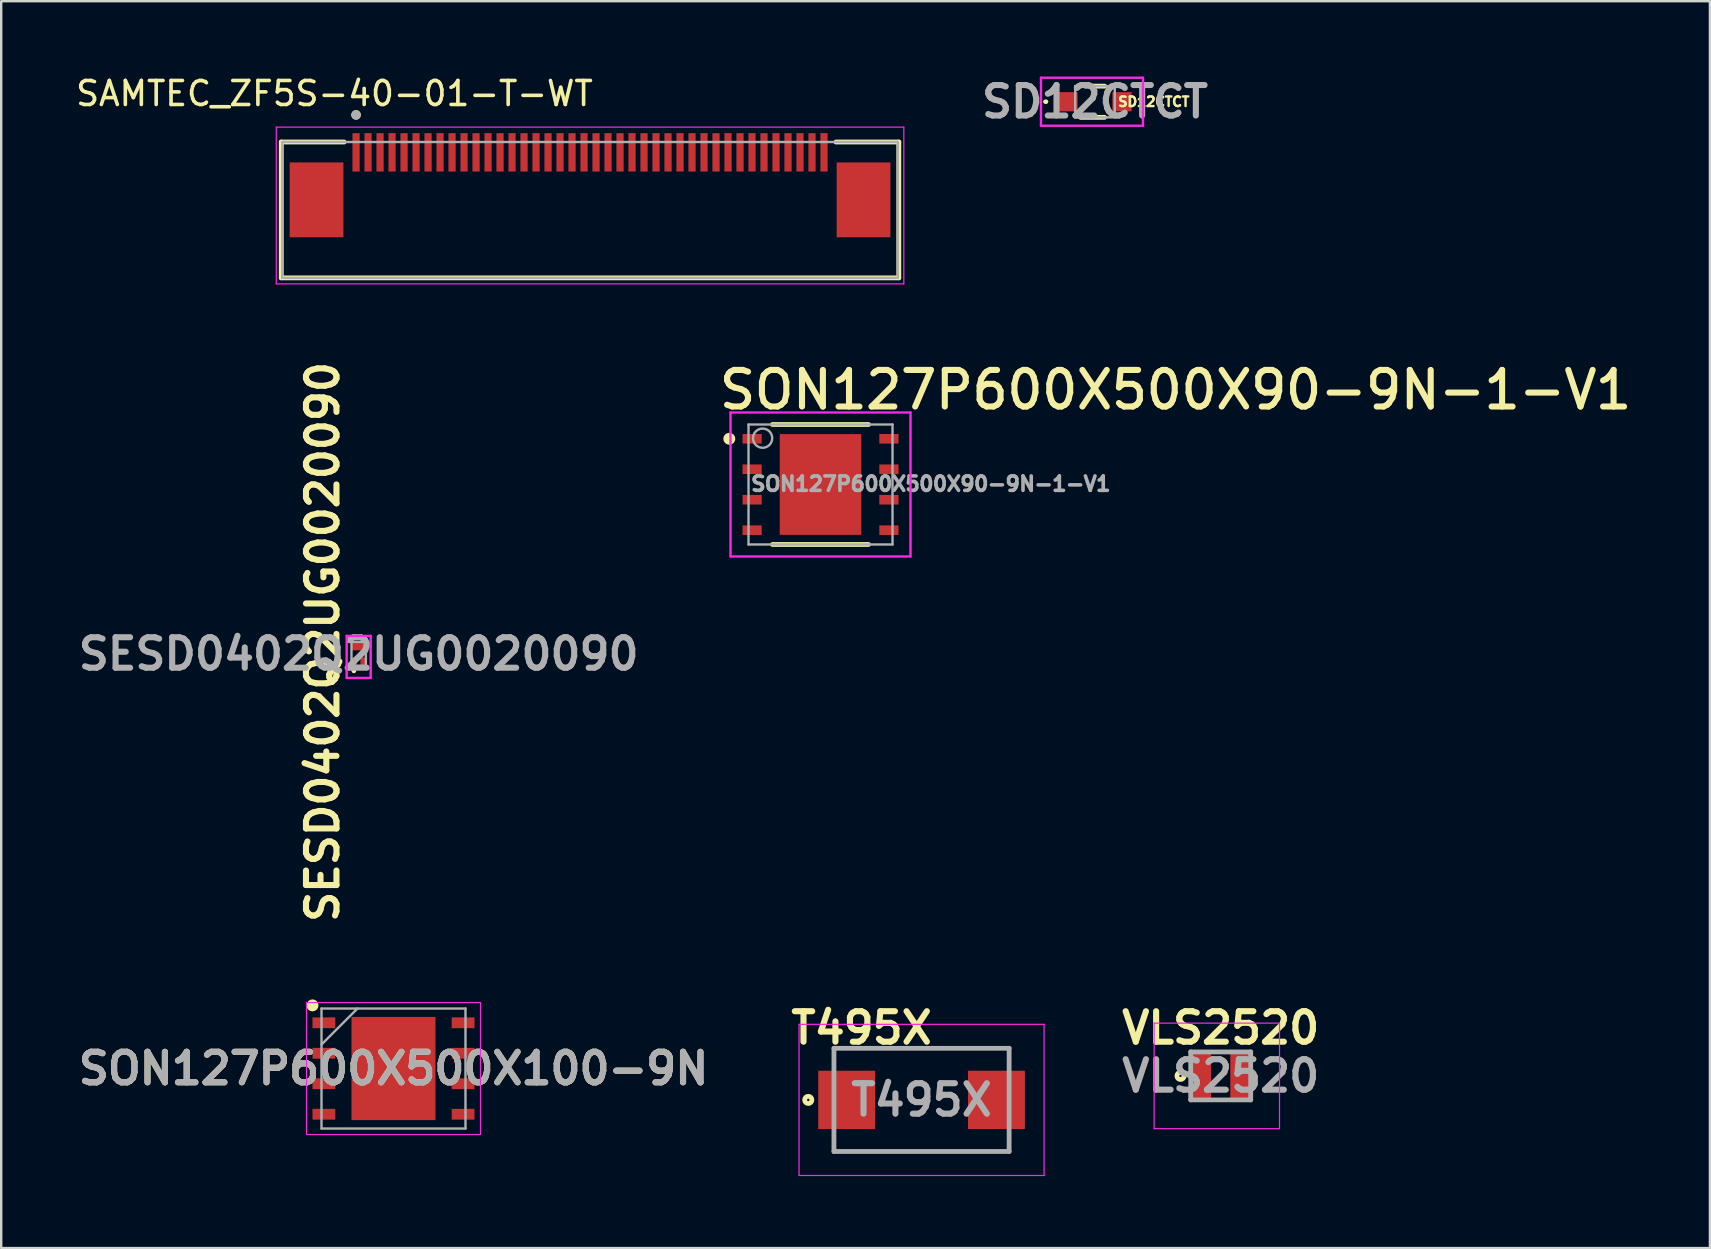
<source format=kicad_pcb>
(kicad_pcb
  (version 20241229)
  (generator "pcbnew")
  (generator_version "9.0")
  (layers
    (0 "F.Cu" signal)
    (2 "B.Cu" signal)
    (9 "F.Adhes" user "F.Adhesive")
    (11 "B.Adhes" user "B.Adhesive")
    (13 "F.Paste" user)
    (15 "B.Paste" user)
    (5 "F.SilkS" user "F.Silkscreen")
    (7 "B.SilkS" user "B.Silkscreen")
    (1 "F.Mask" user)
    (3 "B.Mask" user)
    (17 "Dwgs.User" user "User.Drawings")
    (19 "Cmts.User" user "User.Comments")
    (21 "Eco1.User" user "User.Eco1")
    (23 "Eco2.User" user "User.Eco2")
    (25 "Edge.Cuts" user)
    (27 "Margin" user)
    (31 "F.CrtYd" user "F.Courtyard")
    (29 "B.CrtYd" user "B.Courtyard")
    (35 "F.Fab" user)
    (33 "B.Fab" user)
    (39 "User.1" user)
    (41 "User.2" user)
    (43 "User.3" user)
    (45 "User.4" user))
  (footprint "SD12CTCT"
    (layer "F.Cu")
    (at 42.578 1.189)
    (property "Reference" "SD12CTCT" (at 2.45 0 180) (layer "F.SilkS") (effects (font (size 0.4 0.4) (thickness 0.254))))
    (attr smd)
    (fp_line (start -2.1 0) (end -2.1 0) (stroke (width 0.1) (type solid)) (layer "F.SilkS"))
    (fp_line (start -2 0) (end -2 0) (stroke (width 0.1) (type solid)) (layer "F.SilkS"))
    (fp_line (start -0.6 0.65) (end 0.4 0.65) (stroke (width 0.2) (type solid)) (layer "F.SilkS"))
    (fp_line (start -0.4 -0.65) (end 0.4 -0.65) (stroke (width 0.2) (type solid)) (layer "F.SilkS"))
    (fp_arc (start -2.1 0) (mid -2.05 -0.05) (end -2 0) (stroke (width 0.1) (type solid)) (layer "F.SilkS"))
    (fp_arc (start -2 0) (mid -2.05 0.05) (end -2.1 0) (stroke (width 0.1) (type solid)) (layer "F.SilkS"))
    (fp_line (start -2.25 -1) (end 2 -1) (stroke (width 0.1) (type solid)) (layer "F.CrtYd"))
    (fp_line (start -2.25 1) (end -2.25 -1) (stroke (width 0.1) (type solid)) (layer "F.CrtYd"))
    (fp_line (start 2 -1) (end 2 1) (stroke (width 0.1) (type solid)) (layer "F.CrtYd"))
    (fp_line (start 2 1) (end -2.25 1) (stroke (width 0.1) (type solid)) (layer "F.CrtYd"))
    (fp_line (start -0.825 -0.65) (end 0.825 -0.65) (stroke (width 0.1) (type solid)) (layer "F.Fab"))
    (fp_line (start -0.825 0.65) (end -0.825 -0.65) (stroke (width 0.1) (type solid)) (layer "F.Fab"))
    (fp_line (start 0.825 -0.65) (end 0.825 0.65) (stroke (width 0.1) (type solid)) (layer "F.Fab"))
    (fp_line (start 0.825 0.65) (end -0.825 0.65) (stroke (width 0.1) (type solid)) (layer "F.Fab"))
    (fp_text user "${REFERENCE}" (at 0 0 180) (layer "F.Fab") (effects (font (size 1.27 1.27) (thickness 0.254))))
    (pad "1" smd rect (at -1.125 0) (size 0.8 0.8) (layers "F.Cu" "F.Mask" "F.Paste"))
    (pad "2" smd rect (at 1.125 0) (size 0.8 0.8) (layers "F.Cu" "F.Mask" "F.Paste")))
  (footprint "SON127P600X500X90-9N-1-V1"
    (layer "F.Cu")
    (at 31.141 17.139)
    (property "Reference" "SON127P600X500X90-9N-1-V1" (at -4.35 -3.05 0) (unlocked yes) (layer "F.SilkS") (effects (font (size 1.524 1.524) (thickness 0.254)) (justify left bottom)))
    (fp_line (start -2 -2.5) (end 2 -2.5) (stroke (width 0.2) (type solid)) (layer "F.SilkS"))
    (fp_line (start -2 2.5) (end 2 2.5) (stroke (width 0.2) (type solid)) (layer "F.SilkS"))
    (fp_circle (center -3.8 -1.905) (end -3.8 -2.03) (stroke (width 0.25) (type solid)) (fill no) (layer "F.SilkS"))
    (fp_poly (pts (xy -1.65 -2.05) (xy -0.85 -2.05) (xy -0.85 -0.85) (xy -1.65 -0.85)) (stroke (width 0) (type default)) (fill yes) (layer "F.Paste"))
    (fp_poly (pts (xy -1.65 -0.6) (xy -0.85 -0.6) (xy -0.85 0.6) (xy -1.65 0.6)) (stroke (width 0) (type default)) (fill yes) (layer "F.Paste"))
    (fp_poly (pts (xy -1.65 0.85) (xy -0.85 0.85) (xy -0.85 2.05) (xy -1.65 2.05)) (stroke (width 0) (type default)) (fill yes) (layer "F.Paste"))
    (fp_poly (pts (xy -0.6 -2.05) (xy 0.6 -2.05) (xy 0.6 -0.85) (xy -0.6 -0.85)) (stroke (width 0) (type default)) (fill yes) (layer "F.Paste"))
    (fp_poly (pts (xy -0.6 -0.6) (xy 0.6 -0.6) (xy 0.6 0.6) (xy -0.6 0.6)) (stroke (width 0) (type default)) (fill yes) (layer "F.Paste"))
    (fp_poly (pts (xy -0.6 0.85) (xy 0.6 0.85) (xy 0.6 2.05) (xy -0.6 2.05)) (stroke (width 0) (type default)) (fill yes) (layer "F.Paste"))
    (fp_poly (pts (xy 0.85 -2.05) (xy 1.65 -2.05) (xy 1.65 -0.85) (xy 0.85 -0.85)) (stroke (width 0) (type default)) (fill yes) (layer "F.Paste"))
    (fp_poly (pts (xy 0.85 -0.6) (xy 1.65 -0.6) (xy 1.65 0.6) (xy 0.85 0.6)) (stroke (width 0) (type default)) (fill yes) (layer "F.Paste"))
    (fp_poly (pts (xy 0.85 0.85) (xy 1.65 0.85) (xy 1.65 2.05) (xy 0.85 2.05)) (stroke (width 0) (type default)) (fill yes) (layer "F.Paste"))
    (fp_line (start -3.75 -3) (end 3.75 -3) (stroke (width 0.1) (type solid)) (layer "F.CrtYd"))
    (fp_line (start -3.75 3) (end -3.75 -3) (stroke (width 0.1) (type solid)) (layer "F.CrtYd"))
    (fp_line (start -3.75 3) (end 3.75 3) (stroke (width 0.1) (type solid)) (layer "F.CrtYd"))
    (fp_line (start 3.75 3) (end 3.75 -3) (stroke (width 0.1) (type solid)) (layer "F.CrtYd"))
    (fp_line (start -3 -2.5) (end 3 -2.5) (stroke (width 0.1) (type solid)) (layer "F.Fab"))
    (fp_line (start -3 2.5) (end -3 -2.5) (stroke (width 0.1) (type solid)) (layer "F.Fab"))
    (fp_line (start -3 2.5) (end 3 2.5) (stroke (width 0.1) (type solid)) (layer "F.Fab"))
    (fp_line (start 3 2.5) (end 3 -2.5) (stroke (width 0.1) (type solid)) (layer "F.Fab"))
    (fp_circle (center -2.413 -1.93) (end -2.013 -1.93) (stroke (width 0.1) (type solid)) (fill no) (layer "F.Fab"))
    (fp_text user "${REFERENCE}" (at -2.975 0.325 0) (unlocked yes) (layer "F.Fab") (effects (font (size 0.6 0.6) (thickness 0.15)) (justify left bottom)))
    (pad "1" smd rect (at -2.85 -1.905) (size 0.8 0.4) (layers "F.Cu" "F.Mask" "F.Paste"))
    (pad "2" smd rect (at -2.85 -0.635) (size 0.8 0.4) (layers "F.Cu" "F.Mask" "F.Paste"))
    (pad "3" smd rect (at -2.85 0.635) (size 0.8 0.4) (layers "F.Cu" "F.Mask" "F.Paste"))
    (pad "4" smd rect (at -2.85 1.905) (size 0.8 0.4) (layers "F.Cu" "F.Mask" "F.Paste"))
    (pad "5" smd rect (at 2.85 1.905) (size 0.8 0.4) (layers "F.Cu" "F.Mask" "F.Paste"))
    (pad "6" smd rect (at 2.85 0.635) (size 0.8 0.4) (layers "F.Cu" "F.Mask" "F.Paste"))
    (pad "7" smd rect (at 2.85 -0.635) (size 0.8 0.4) (layers "F.Cu" "F.Mask" "F.Paste"))
    (pad "8" smd rect (at 2.85 -1.905) (size 0.8 0.4) (layers "F.Cu" "F.Mask" "F.Paste"))
    (pad "9" smd rect (at 0 0 90) (size 4.2 3.4) (layers "F.Cu" "F.Mask" "F.Paste")))
  (footprint "SON127P600X500X100-9N"
    (layer "F.Cu")
    (at 13.347 41.475)
    (property "Reference" "SON127P600X500X100-9N" (at 0 0 0) (layer "F.SilkS") (effects (font (size 1.27 1.27) (thickness 0.254))))
    (attr smd)
    (fp_circle (center -3.375 -2.63) (end -3.375 -2.505) (stroke (width 0.25) (type solid)) (fill no) (layer "F.SilkS"))
    (fp_line (start -3.625 -2.75) (end 3.625 -2.75) (stroke (width 0.05) (type solid)) (layer "F.CrtYd"))
    (fp_line (start -3.625 2.75) (end -3.625 -2.75) (stroke (width 0.05) (type solid)) (layer "F.CrtYd"))
    (fp_line (start 3.625 -2.75) (end 3.625 2.75) (stroke (width 0.05) (type solid)) (layer "F.CrtYd"))
    (fp_line (start 3.625 2.75) (end -3.625 2.75) (stroke (width 0.05) (type solid)) (layer "F.CrtYd"))
    (fp_line (start -3 -2.5) (end 3 -2.5) (stroke (width 0.1) (type solid)) (layer "F.Fab"))
    (fp_line (start -3 -1) (end -1.5 -2.5) (stroke (width 0.1) (type solid)) (layer "F.Fab"))
    (fp_line (start -3 2.5) (end -3 -2.5) (stroke (width 0.1) (type solid)) (layer "F.Fab"))
    (fp_line (start 3 -2.5) (end 3 2.5) (stroke (width 0.1) (type solid)) (layer "F.Fab"))
    (fp_line (start 3 2.5) (end -3 2.5) (stroke (width 0.1) (type solid)) (layer "F.Fab"))
    (fp_text user "${REFERENCE}" (at 0 0 0) (layer "F.Fab") (effects (font (size 1.27 1.27) (thickness 0.254))))
    (pad "1" smd rect (at -2.9 -1.905 90) (size 0.45 0.95) (layers "F.Cu" "F.Mask" "F.Paste"))
    (pad "2" smd rect (at -2.9 -0.635 90) (size 0.45 0.95) (layers "F.Cu" "F.Mask" "F.Paste"))
    (pad "3" smd rect (at -2.9 0.635 90) (size 0.45 0.95) (layers "F.Cu" "F.Mask" "F.Paste"))
    (pad "4" smd rect (at -2.9 1.905 90) (size 0.45 0.95) (layers "F.Cu" "F.Mask" "F.Paste"))
    (pad "5" smd rect (at 2.9 1.905 90) (size 0.45 0.95) (layers "F.Cu" "F.Mask" "F.Paste"))
    (pad "6" smd rect (at 2.9 0.635 90) (size 0.45 0.95) (layers "F.Cu" "F.Mask" "F.Paste"))
    (pad "7" smd rect (at 2.9 -0.635 90) (size 0.45 0.95) (layers "F.Cu" "F.Mask" "F.Paste"))
    (pad "8" smd rect (at 2.9 -1.905 90) (size 0.45 0.95) (layers "F.Cu" "F.Mask" "F.Paste"))
    (pad "9" smd rect (at 0 0) (size 3.5 4.3) (layers "F.Cu" "F.Mask" "F.Paste")))
  (footprint "VLS2520"
    (layer "F.Cu")
    (at 47.817 41.783)
    (property "Reference" "VLS2520" (at 0 -2 0) (layer "F.SilkS") (effects (font (size 1.27 1.27) (thickness 0.254))))
    (attr smd)
    (fp_circle (center -1.675 0) (end -1.675 0.05) (stroke (width 0.2) (type solid)) (fill no) (layer "F.SilkS"))
    (fp_line (start -2.775 -2.2) (end 2.45 -2.2) (stroke (width 0.05) (type solid)) (layer "F.CrtYd"))
    (fp_line (start -2.775 2.2) (end -2.775 -2.2) (stroke (width 0.05) (type solid)) (layer "F.CrtYd"))
    (fp_line (start 2.45 -2.2) (end 2.45 2.2) (stroke (width 0.05) (type solid)) (layer "F.CrtYd"))
    (fp_line (start 2.45 2.2) (end -2.775 2.2) (stroke (width 0.05) (type solid)) (layer "F.CrtYd"))
    (fp_line (start -1.25 -1) (end 1.25 -1) (stroke (width 0.2) (type solid)) (layer "F.Fab"))
    (fp_line (start -1.25 1) (end -1.25 -1) (stroke (width 0.2) (type solid)) (layer "F.Fab"))
    (fp_line (start 1.25 -1) (end 1.25 1) (stroke (width 0.2) (type solid)) (layer "F.Fab"))
    (fp_line (start 1.25 1) (end -1.25 1) (stroke (width 0.2) (type solid)) (layer "F.Fab"))
    (fp_text user "${REFERENCE}" (at 0 0 0) (layer "F.Fab") (effects (font (size 1.27 1.27) (thickness 0.254))))
    (pad "1" smd rect (at -0.825 0) (size 0.85 2) (layers "F.Cu" "F.Mask" "F.Paste"))
    (pad "2" smd rect (at 0.825 0) (size 0.85 2) (layers "F.Cu" "F.Mask" "F.Paste")))
  (footprint "SESD0402Q2UG0020090"
    (layer "F.Cu")
    (at 11.896 24.199)
    (property "Reference" "SESD0402Q2UG0020090" (at -1.5 -0.5 90) (layer "F.SilkS") (effects (font (size 1.27 1.27) (thickness 0.254))))
    (attr smd)
    (fp_line (start -0.2 0.65) (end -0.2 0.65) (stroke (width 0.1) (type solid)) (layer "F.SilkS"))
    (fp_line (start -0.2 0.75) (end -0.2 0.75) (stroke (width 0.1) (type solid)) (layer "F.SilkS"))
    (fp_arc (start -0.2 0.65) (mid -0.15 0.7) (end -0.2 0.75) (stroke (width 0.1) (type solid)) (layer "F.SilkS"))
    (fp_arc (start -0.2 0.75) (mid -0.25 0.7) (end -0.2 0.65) (stroke (width 0.1) (type solid)) (layer "F.SilkS"))
    (fp_line (start -0.5 -0.75) (end 0.5 -0.75) (stroke (width 0.1) (type solid)) (layer "F.CrtYd"))
    (fp_line (start -0.5 1) (end -0.5 -0.75) (stroke (width 0.1) (type solid)) (layer "F.CrtYd"))
    (fp_line (start 0.5 -0.75) (end 0.5 1) (stroke (width 0.1) (type solid)) (layer "F.CrtYd"))
    (fp_line (start 0.5 1) (end -0.5 1) (stroke (width 0.1) (type solid)) (layer "F.CrtYd"))
    (fp_line (start -0.3 -0.5) (end 0.3 -0.5) (stroke (width 0.1) (type solid)) (layer "F.Fab"))
    (fp_line (start -0.3 0.5) (end -0.3 -0.5) (stroke (width 0.1) (type solid)) (layer "F.Fab"))
    (fp_line (start 0.3 -0.5) (end 0.3 0.5) (stroke (width 0.1) (type solid)) (layer "F.Fab"))
    (fp_line (start 0.3 0.5) (end -0.3 0.5) (stroke (width 0.1) (type solid)) (layer "F.Fab"))
    (fp_text user "${REFERENCE}" (at 0 0 0) (layer "F.Fab") (effects (font (size 1.27 1.27) (thickness 0.254))))
    (pad "1" smd rect (at -0.19 0.325) (size 0.23 0.35) (layers "F.Cu" "F.Mask" "F.Paste"))
    (pad "2" smd rect (at 0.19 0.325) (size 0.23 0.35) (layers "F.Cu" "F.Mask" "F.Paste"))
    (pad "3" smd rect (at 0 -0.325 90) (size 0.35 0.6) (layers "F.Cu" "F.Mask" "F.Paste")))
  (footprint "SAMTEC_ZF5S-40-01-T-WT"
    (layer "F.Cu")
    (at 21.537 5.278)
    (property "Reference" "SAMTEC_ZF5S-40-01-T-WT" (at -10.65 -4.43 0) (layer "F.SilkS") (effects (font (size 1 1) (thickness 0.15))))
    (attr smd)
    (fp_line (start -12.867 -2.41) (end -12.867 3.25) (stroke (width 0.2) (type solid)) (layer "F.SilkS"))
    (fp_line (start -12.867 -2.41) (end -10.247 -2.41) (stroke (width 0.2) (type solid)) (layer "F.SilkS"))
    (fp_line (start -12.867 3.25) (end 12.867 3.25) (stroke (width 0.2) (type solid)) (layer "F.SilkS"))
    (fp_line (start 12.867 -2.41) (end 10.247 -2.41) (stroke (width 0.2) (type solid)) (layer "F.SilkS"))
    (fp_line (start 12.867 -2.41) (end 12.867 3.25) (stroke (width 0.2) (type solid)) (layer "F.SilkS"))
    (fp_circle (center -9.75 -3.54) (end -9.65 -3.54) (stroke (width 0.2) (type solid)) (fill no) (layer "F.SilkS"))
    (fp_line (start -13.075 -3.03) (end 13.075 -3.03) (stroke (width 0.05) (type solid)) (layer "F.CrtYd"))
    (fp_line (start -13.075 3.5) (end -13.075 -3.03) (stroke (width 0.05) (type solid)) (layer "F.CrtYd"))
    (fp_line (start 13.075 -3.03) (end 13.075 3.5) (stroke (width 0.05) (type solid)) (layer "F.CrtYd"))
    (fp_line (start 13.075 3.5) (end -13.075 3.5) (stroke (width 0.05) (type solid)) (layer "F.CrtYd"))
    (fp_line (start -12.825 -2.41) (end 12.825 -2.41) (stroke (width 0.1) (type solid)) (layer "F.Fab"))
    (fp_line (start -12.825 3.25) (end -12.825 -2.41) (stroke (width 0.1) (type solid)) (layer "F.Fab"))
    (fp_line (start 12.825 -2.41) (end 12.825 3.25) (stroke (width 0.1) (type solid)) (layer "F.Fab"))
    (fp_line (start 12.825 3.25) (end -12.825 3.25) (stroke (width 0.1) (type solid)) (layer "F.Fab"))
    (fp_circle (center -9.75 -3.54) (end -9.65 -3.54) (stroke (width 0.2) (type solid)) (fill no) (layer "F.Fab"))
    (pad "01" smd rect (at -9.75 -1.98) (size 0.3 1.6) (layers "F.Cu" "F.Mask" "F.Paste"))
    (pad "02" smd rect (at -9.25 -1.98) (size 0.3 1.6) (layers "F.Cu" "F.Mask" "F.Paste"))
    (pad "03" smd rect (at -8.75 -1.98) (size 0.3 1.6) (layers "F.Cu" "F.Mask" "F.Paste"))
    (pad "04" smd rect (at -8.25 -1.98) (size 0.3 1.6) (layers "F.Cu" "F.Mask" "F.Paste"))
    (pad "05" smd rect (at -7.75 -1.98) (size 0.3 1.6) (layers "F.Cu" "F.Mask" "F.Paste"))
    (pad "06" smd rect (at -7.25 -1.98) (size 0.3 1.6) (layers "F.Cu" "F.Mask" "F.Paste"))
    (pad "07" smd rect (at -6.75 -1.98) (size 0.3 1.6) (layers "F.Cu" "F.Mask" "F.Paste"))
    (pad "08" smd rect (at -6.25 -1.98) (size 0.3 1.6) (layers "F.Cu" "F.Mask" "F.Paste"))
    (pad "09" smd rect (at -5.75 -1.98) (size 0.3 1.6) (layers "F.Cu" "F.Mask" "F.Paste"))
    (pad "10" smd rect (at -5.25 -1.98) (size 0.3 1.6) (layers "F.Cu" "F.Mask" "F.Paste"))
    (pad "11" smd rect (at -4.75 -1.98) (size 0.3 1.6) (layers "F.Cu" "F.Mask" "F.Paste"))
    (pad "12" smd rect (at -4.25 -1.98) (size 0.3 1.6) (layers "F.Cu" "F.Mask" "F.Paste"))
    (pad "13" smd rect (at -3.75 -1.98) (size 0.3 1.6) (layers "F.Cu" "F.Mask" "F.Paste"))
    (pad "14" smd rect (at -3.25 -1.98) (size 0.3 1.6) (layers "F.Cu" "F.Mask" "F.Paste"))
    (pad "15" smd rect (at -2.75 -1.98) (size 0.3 1.6) (layers "F.Cu" "F.Mask" "F.Paste"))
    (pad "16" smd rect (at -2.25 -1.98) (size 0.3 1.6) (layers "F.Cu" "F.Mask" "F.Paste"))
    (pad "17" smd rect (at -1.75 -1.98) (size 0.3 1.6) (layers "F.Cu" "F.Mask" "F.Paste"))
    (pad "18" smd rect (at -1.25 -1.98) (size 0.3 1.6) (layers "F.Cu" "F.Mask" "F.Paste"))
    (pad "19" smd rect (at -0.75 -1.98) (size 0.3 1.6) (layers "F.Cu" "F.Mask" "F.Paste"))
    (pad "20" smd rect (at -0.25 -1.98) (size 0.3 1.6) (layers "F.Cu" "F.Mask" "F.Paste"))
    (pad "21" smd rect (at 0.25 -1.98) (size 0.3 1.6) (layers "F.Cu" "F.Mask" "F.Paste"))
    (pad "22" smd rect (at 0.75 -1.98) (size 0.3 1.6) (layers "F.Cu" "F.Mask" "F.Paste"))
    (pad "23" smd rect (at 1.25 -1.98) (size 0.3 1.6) (layers "F.Cu" "F.Mask" "F.Paste"))
    (pad "24" smd rect (at 1.75 -1.98) (size 0.3 1.6) (layers "F.Cu" "F.Mask" "F.Paste"))
    (pad "25" smd rect (at 2.25 -1.98) (size 0.3 1.6) (layers "F.Cu" "F.Mask" "F.Paste"))
    (pad "26" smd rect (at 2.75 -1.98) (size 0.3 1.6) (layers "F.Cu" "F.Mask" "F.Paste"))
    (pad "27" smd rect (at 3.25 -1.98) (size 0.3 1.6) (layers "F.Cu" "F.Mask" "F.Paste"))
    (pad "28" smd rect (at 3.75 -1.98) (size 0.3 1.6) (layers "F.Cu" "F.Mask" "F.Paste"))
    (pad "29" smd rect (at 4.25 -1.98) (size 0.3 1.6) (layers "F.Cu" "F.Mask" "F.Paste"))
    (pad "30" smd rect (at 4.75 -1.98) (size 0.3 1.6) (layers "F.Cu" "F.Mask" "F.Paste"))
    (pad "31" smd rect (at 5.25 -1.98) (size 0.3 1.6) (layers "F.Cu" "F.Mask" "F.Paste"))
    (pad "32" smd rect (at 5.75 -1.98) (size 0.3 1.6) (layers "F.Cu" "F.Mask" "F.Paste"))
    (pad "33" smd rect (at 6.25 -1.98) (size 0.3 1.6) (layers "F.Cu" "F.Mask" "F.Paste"))
    (pad "34" smd rect (at 6.75 -1.98) (size 0.3 1.6) (layers "F.Cu" "F.Mask" "F.Paste"))
    (pad "35" smd rect (at 7.25 -1.98) (size 0.3 1.6) (layers "F.Cu" "F.Mask" "F.Paste"))
    (pad "36" smd rect (at 7.75 -1.98) (size 0.3 1.6) (layers "F.Cu" "F.Mask" "F.Paste"))
    (pad "37" smd rect (at 8.25 -1.98) (size 0.3 1.6) (layers "F.Cu" "F.Mask" "F.Paste"))
    (pad "38" smd rect (at 8.75 -1.98) (size 0.3 1.6) (layers "F.Cu" "F.Mask" "F.Paste"))
    (pad "39" smd rect (at 9.25 -1.98) (size 0.3 1.6) (layers "F.Cu" "F.Mask" "F.Paste"))
    (pad "40" smd rect (at 9.75 -1.98) (size 0.3 1.6) (layers "F.Cu" "F.Mask" "F.Paste"))
    (pad "S1" smd rect (at -11.397 0) (size 2.24 3.12) (layers "F.Cu" "F.Mask" "F.Paste"))
    (pad "S2" smd rect (at 11.397 0) (size 2.24 3.12) (layers "F.Cu" "F.Mask" "F.Paste")))
  (footprint "T495X"
    (layer "F.Cu")
    (at 35.351 42.783)
    (property "Reference" "T495X" (at -2.5 -3 0) (layer "F.SilkS") (effects (font (size 1.27 1.27) (thickness 0.254))))
    (attr smd)
    (fp_line (start -3.65 -2.15) (end 3.65 -2.15) (stroke (width 0.1) (type solid)) (layer "F.SilkS"))
    (fp_line (start 3.65 2.15) (end -3.65 2.15) (stroke (width 0.1) (type solid)) (layer "F.SilkS"))
    (fp_circle (center -4.72 0) (end -4.72 0.05) (stroke (width 0.2) (type solid)) (fill no) (layer "F.SilkS"))
    (fp_line (start -5.105 -3.15) (end 5.105 -3.15) (stroke (width 0.05) (type solid)) (layer "F.CrtYd"))
    (fp_line (start -5.105 3.15) (end -5.105 -3.15) (stroke (width 0.05) (type solid)) (layer "F.CrtYd"))
    (fp_line (start 5.105 -3.15) (end 5.105 3.15) (stroke (width 0.05) (type solid)) (layer "F.CrtYd"))
    (fp_line (start 5.105 3.15) (end -5.105 3.15) (stroke (width 0.05) (type solid)) (layer "F.CrtYd"))
    (fp_line (start -3.65 -2.15) (end 3.65 -2.15) (stroke (width 0.2) (type solid)) (layer "F.Fab"))
    (fp_line (start -3.65 2.15) (end -3.65 -2.15) (stroke (width 0.2) (type solid)) (layer "F.Fab"))
    (fp_line (start 3.65 -2.15) (end 3.65 2.15) (stroke (width 0.2) (type solid)) (layer "F.Fab"))
    (fp_line (start 3.65 2.15) (end -3.65 2.15) (stroke (width 0.2) (type solid)) (layer "F.Fab"))
    (fp_text user "${REFERENCE}" (at 0 0 0) (layer "F.Fab") (effects (font (size 1.27 1.27) (thickness 0.254))))
    (pad "1" smd rect (at -3.12 0) (size 2.37 2.43) (layers "F.Cu" "F.Mask" "F.Paste"))
    (pad "2" smd rect (at 3.12 0) (size 2.37 2.43) (layers "F.Cu" "F.Mask" "F.Paste")))
  (gr_rect
    (start -3 -3)
    (end 68.203 48.958)
    (stroke (width 0.1) (type default))
    (fill no)
    (layer "Edge.Cuts")))
</source>
